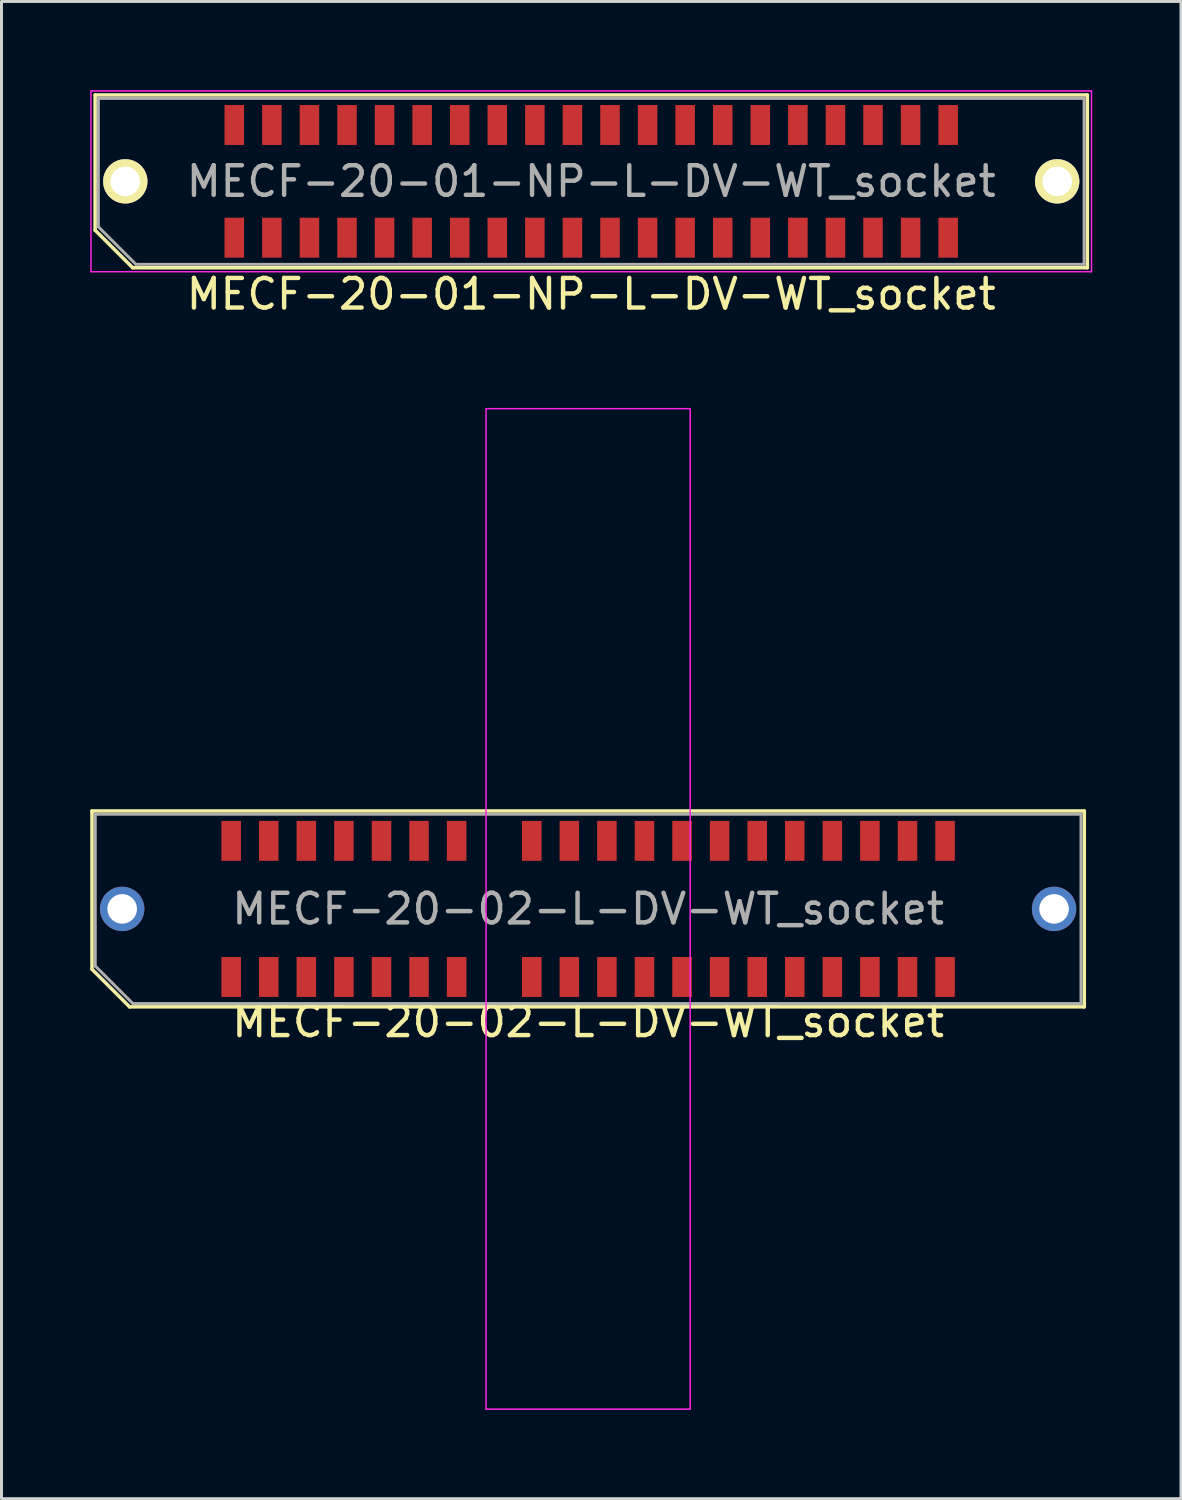
<source format=kicad_pcb>
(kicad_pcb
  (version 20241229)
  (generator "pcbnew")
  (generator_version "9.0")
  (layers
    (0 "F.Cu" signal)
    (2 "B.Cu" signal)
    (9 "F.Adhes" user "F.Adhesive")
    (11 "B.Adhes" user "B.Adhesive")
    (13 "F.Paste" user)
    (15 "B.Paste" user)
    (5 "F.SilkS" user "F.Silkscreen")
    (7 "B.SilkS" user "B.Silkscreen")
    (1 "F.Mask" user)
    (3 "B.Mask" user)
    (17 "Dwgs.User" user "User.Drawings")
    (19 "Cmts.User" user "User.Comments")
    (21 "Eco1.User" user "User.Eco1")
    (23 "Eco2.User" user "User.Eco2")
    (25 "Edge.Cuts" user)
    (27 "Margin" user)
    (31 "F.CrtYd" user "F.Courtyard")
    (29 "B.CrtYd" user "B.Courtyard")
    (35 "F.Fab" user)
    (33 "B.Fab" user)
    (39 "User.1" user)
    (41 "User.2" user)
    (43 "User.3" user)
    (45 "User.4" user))
  (footprint "MECF-20-02-L-DV-WT_socket"
    (layer "F.Cu")
    (at 16.83 27.673)
    (property "Reference" "MECF-20-02-L-DV-WT_socket" (at 0 3.81 0) (layer "F.SilkS") (effects (font (size 1 1) (thickness 0.15))))
    (attr smd)
    (fp_line (start -16.77 -3.31) (end 16.77 -3.31) (stroke (width 0.12) (type solid)) (layer "F.SilkS"))
    (fp_line (start -16.77 2.04) (end -16.77 -3.31) (stroke (width 0.12) (type solid)) (layer "F.SilkS"))
    (fp_line (start -15.5 3.31) (end -16.77 2.04) (stroke (width 0.12) (type solid)) (layer "F.SilkS"))
    (fp_line (start -15.5 3.31) (end 16.77 3.31) (stroke (width 0.12) (type solid)) (layer "F.SilkS"))
    (fp_line (start 16.77 3.31) (end 16.77 -3.31) (stroke (width 0.12) (type solid)) (layer "F.SilkS"))
    (fp_line (start -3.45 -16.91) (end -3.45 16.91) (stroke (width 0.05) (type solid)) (layer "F.CrtYd"))
    (fp_line (start -3.45 16.91) (end 3.45 16.91) (stroke (width 0.05) (type solid)) (layer "F.CrtYd"))
    (fp_line (start 3.45 -16.91) (end -3.45 -16.91) (stroke (width 0.05) (type solid)) (layer "F.CrtYd"))
    (fp_line (start 3.45 16.91) (end 3.45 -16.91) (stroke (width 0.05) (type solid)) (layer "F.CrtYd"))
    (fp_line (start -16.66 -3.2) (end 16.66 -3.2) (stroke (width 0.1) (type solid)) (layer "F.Fab"))
    (fp_line (start -16.66 1.93) (end -16.66 -3.2) (stroke (width 0.1) (type solid)) (layer "F.Fab"))
    (fp_line (start -16.66 1.93) (end -15.39 3.2) (stroke (width 0.1) (type solid)) (layer "F.Fab"))
    (fp_line (start -15.39 3.2) (end 16.66 3.2) (stroke (width 0.1) (type solid)) (layer "F.Fab"))
    (fp_line (start 16.66 3.2) (end 16.66 -3.2) (stroke (width 0.1) (type solid)) (layer "F.Fab"))
    (fp_text user "${REFERENCE}" (at 0 0 0) (layer "F.Fab") (effects (font (size 1 1) (thickness 0.15))))
    (pad "" np_thru_hole circle (at -13.845 0) (size 0.001 0.001) (drill 1.45) (layers "*.Cu" "*.Mask"))
    (pad "" np_thru_hole circle (at 13.845 1) (size 0.001 0.001) (drill 1.45) (layers "*.Cu" "*.Mask"))
    (pad "1" smd rect (at -12.065 2.3) (size 0.66 1.35) (layers "F.Cu" "F.Mask" "F.Paste"))
    (pad "2" smd rect (at -12.065 -2.3) (size 0.66 1.35) (layers "F.Cu" "F.Mask" "F.Paste"))
    (pad "3" smd rect (at -10.795 2.3) (size 0.66 1.35) (layers "F.Cu" "F.Mask" "F.Paste"))
    (pad "4" smd rect (at -10.795 -2.3) (size 0.66 1.35) (layers "F.Cu" "F.Mask" "F.Paste"))
    (pad "5" smd rect (at -9.525 2.3) (size 0.66 1.35) (layers "F.Cu" "F.Mask" "F.Paste"))
    (pad "6" smd rect (at -9.525 -2.3) (size 0.66 1.35) (layers "F.Cu" "F.Mask" "F.Paste"))
    (pad "7" smd rect (at -8.255 2.3) (size 0.66 1.35) (layers "F.Cu" "F.Mask" "F.Paste"))
    (pad "8" smd rect (at -8.255 -2.3) (size 0.66 1.35) (layers "F.Cu" "F.Mask" "F.Paste"))
    (pad "9" smd rect (at -6.985 2.3) (size 0.66 1.35) (layers "F.Cu" "F.Mask" "F.Paste"))
    (pad "10" smd rect (at -6.985 -2.3) (size 0.66 1.35) (layers "F.Cu" "F.Mask" "F.Paste"))
    (pad "11" smd rect (at -5.715 2.3) (size 0.66 1.35) (layers "F.Cu" "F.Mask" "F.Paste"))
    (pad "12" smd rect (at -5.715 -2.3) (size 0.66 1.35) (layers "F.Cu" "F.Mask" "F.Paste"))
    (pad "13" smd rect (at -4.445 2.3) (size 0.66 1.35) (layers "F.Cu" "F.Mask" "F.Paste"))
    (pad "14" smd rect (at -4.445 -2.3) (size 0.66 1.35) (layers "F.Cu" "F.Mask" "F.Paste"))
    (pad "17" smd rect (at -1.905 2.3) (size 0.66 1.35) (layers "F.Cu" "F.Mask" "F.Paste"))
    (pad "18" smd rect (at -1.905 -2.3) (size 0.66 1.35) (layers "F.Cu" "F.Mask" "F.Paste"))
    (pad "19" smd rect (at -0.635 2.3) (size 0.66 1.35) (layers "F.Cu" "F.Mask" "F.Paste"))
    (pad "20" smd rect (at -0.635 -2.3) (size 0.66 1.35) (layers "F.Cu" "F.Mask" "F.Paste"))
    (pad "21" smd rect (at 0.635 2.3) (size 0.66 1.35) (layers "F.Cu" "F.Mask" "F.Paste"))
    (pad "22" smd rect (at 0.635 -2.3) (size 0.66 1.35) (layers "F.Cu" "F.Mask" "F.Paste"))
    (pad "23" smd rect (at 1.905 2.3) (size 0.66 1.35) (layers "F.Cu" "F.Mask" "F.Paste"))
    (pad "24" smd rect (at 1.905 -2.3) (size 0.66 1.35) (layers "F.Cu" "F.Mask" "F.Paste"))
    (pad "25" smd rect (at 3.175 2.3) (size 0.66 1.35) (layers "F.Cu" "F.Mask" "F.Paste"))
    (pad "26" smd rect (at 3.175 -2.3) (size 0.66 1.35) (layers "F.Cu" "F.Mask" "F.Paste"))
    (pad "27" smd rect (at 4.445 2.3) (size 0.66 1.35) (layers "F.Cu" "F.Mask" "F.Paste"))
    (pad "28" smd rect (at 4.445 -2.3) (size 0.66 1.35) (layers "F.Cu" "F.Mask" "F.Paste"))
    (pad "29" smd rect (at 5.715 2.3) (size 0.66 1.35) (layers "F.Cu" "F.Mask" "F.Paste"))
    (pad "30" smd rect (at 5.715 -2.3) (size 0.66 1.35) (layers "F.Cu" "F.Mask" "F.Paste"))
    (pad "31" smd rect (at 6.985 2.3) (size 0.66 1.35) (layers "F.Cu" "F.Mask" "F.Paste"))
    (pad "32" smd rect (at 6.985 -2.3) (size 0.66 1.35) (layers "F.Cu" "F.Mask" "F.Paste"))
    (pad "33" smd rect (at 8.255 2.3) (size 0.66 1.35) (layers "F.Cu" "F.Mask" "F.Paste"))
    (pad "34" smd rect (at 8.255 -2.3) (size 0.66 1.35) (layers "F.Cu" "F.Mask" "F.Paste"))
    (pad "35" smd rect (at 9.525 2.3) (size 0.66 1.35) (layers "F.Cu" "F.Mask" "F.Paste"))
    (pad "36" smd rect (at 9.525 -2.3) (size 0.66 1.35) (layers "F.Cu" "F.Mask" "F.Paste"))
    (pad "37" smd rect (at 10.795 2.3) (size 0.66 1.35) (layers "F.Cu" "F.Mask" "F.Paste"))
    (pad "38" smd rect (at 10.795 -2.3) (size 0.66 1.35) (layers "F.Cu" "F.Mask" "F.Paste"))
    (pad "39" smd rect (at 12.065 2.3) (size 0.66 1.35) (layers "F.Cu" "F.Mask" "F.Paste"))
    (pad "40" smd rect (at 12.065 -2.3) (size 0.66 1.35) (layers "F.Cu" "F.Mask" "F.Paste"))
    (pad "None" thru_hole circle (at -15.75 0) (size 1.5 1.5) (drill 1) (layers "*.Cu" "*.Mask"))
    (pad "None" thru_hole circle (at 15.75 0) (size 1.5 1.5) (drill 1) (layers "*.Cu" "*.Mask")))
  (footprint "MECF-20-01-NP-L-DV-WT_socket"
    (layer "F.Cu")
    (at 16.935 3.08)
    (property "Reference" "MECF-20-01-NP-L-DV-WT_socket" (at 0 3.81 0) (layer "F.SilkS") (effects (font (size 1 1) (thickness 0.15))))
    (attr smd)
    (fp_line (start -16.77 -2.92) (end 16.77 -2.92) (stroke (width 0.12) (type solid)) (layer "F.SilkS"))
    (fp_line (start -16.77 1.65) (end -16.77 -2.92) (stroke (width 0.12) (type solid)) (layer "F.SilkS"))
    (fp_line (start -15.5 2.92) (end -16.77 1.65) (stroke (width 0.12) (type solid)) (layer "F.SilkS"))
    (fp_line (start -15.5 2.92) (end 16.77 2.92) (stroke (width 0.12) (type solid)) (layer "F.SilkS"))
    (fp_line (start 16.77 2.92) (end 16.77 -2.92) (stroke (width 0.12) (type solid)) (layer "F.SilkS"))
    (fp_line (start -16.91 -3.055) (end -16.91 3.055) (stroke (width 0.05) (type solid)) (layer "F.CrtYd"))
    (fp_line (start -16.91 3.055) (end 16.91 3.055) (stroke (width 0.05) (type solid)) (layer "F.CrtYd"))
    (fp_line (start 16.91 -3.055) (end -16.91 -3.055) (stroke (width 0.05) (type solid)) (layer "F.CrtYd"))
    (fp_line (start 16.91 3.055) (end 16.91 -3.055) (stroke (width 0.05) (type solid)) (layer "F.CrtYd"))
    (fp_line (start -16.66 -2.805) (end 16.66 -2.805) (stroke (width 0.1) (type solid)) (layer "F.Fab"))
    (fp_line (start -16.66 1.535) (end -16.66 -2.805) (stroke (width 0.1) (type solid)) (layer "F.Fab"))
    (fp_line (start -16.66 1.535) (end -15.39 2.805) (stroke (width 0.1) (type solid)) (layer "F.Fab"))
    (fp_line (start -15.39 2.805) (end 16.66 2.805) (stroke (width 0.1) (type solid)) (layer "F.Fab"))
    (fp_line (start 16.66 2.805) (end 16.66 -2.805) (stroke (width 0.1) (type solid)) (layer "F.Fab"))
    (fp_text user "${REFERENCE}" (at 0 0 0) (layer "F.Fab") (effects (font (size 1 1) (thickness 0.15))))
    (pad "" np_thru_hole circle (at -13.845 0) (size 0.001 0.001) (drill 1.45) (layers "*.Cu" "*.Mask" "F.SilkS"))
    (pad "" np_thru_hole circle (at 13.845 1) (size 0.001 0.001) (drill 1.45) (layers "*.Cu" "*.Mask" "F.SilkS"))
    (pad "1" smd rect (at -12.065 1.905) (size 0.66 1.35) (layers "F.Cu" "F.Mask" "F.Paste"))
    (pad "2" smd rect (at -12.065 -1.905) (size 0.66 1.35) (layers "F.Cu" "F.Mask" "F.Paste"))
    (pad "3" smd rect (at -10.795 1.905) (size 0.66 1.35) (layers "F.Cu" "F.Mask" "F.Paste"))
    (pad "4" smd rect (at -10.795 -1.905) (size 0.66 1.35) (layers "F.Cu" "F.Mask" "F.Paste"))
    (pad "5" smd rect (at -9.525 1.905) (size 0.66 1.35) (layers "F.Cu" "F.Mask" "F.Paste"))
    (pad "6" smd rect (at -9.525 -1.905) (size 0.66 1.35) (layers "F.Cu" "F.Mask" "F.Paste"))
    (pad "7" smd rect (at -8.255 1.905) (size 0.66 1.35) (layers "F.Cu" "F.Mask" "F.Paste"))
    (pad "8" smd rect (at -8.255 -1.905) (size 0.66 1.35) (layers "F.Cu" "F.Mask" "F.Paste"))
    (pad "9" smd rect (at -6.985 1.905) (size 0.66 1.35) (layers "F.Cu" "F.Mask" "F.Paste"))
    (pad "10" smd rect (at -6.985 -1.905) (size 0.66 1.35) (layers "F.Cu" "F.Mask" "F.Paste"))
    (pad "11" smd rect (at -5.715 1.905) (size 0.66 1.35) (layers "F.Cu" "F.Mask" "F.Paste"))
    (pad "12" smd rect (at -5.715 -1.905) (size 0.66 1.35) (layers "F.Cu" "F.Mask" "F.Paste"))
    (pad "13" smd rect (at -4.445 1.905) (size 0.66 1.35) (layers "F.Cu" "F.Mask" "F.Paste"))
    (pad "14" smd rect (at -4.445 -1.905) (size 0.66 1.35) (layers "F.Cu" "F.Mask" "F.Paste"))
    (pad "15" smd rect (at -3.175 1.905) (size 0.66 1.35) (layers "F.Cu" "F.Mask" "F.Paste"))
    (pad "16" smd rect (at -3.175 -1.905) (size 0.66 1.35) (layers "F.Cu" "F.Mask" "F.Paste"))
    (pad "17" smd rect (at -1.905 1.905) (size 0.66 1.35) (layers "F.Cu" "F.Mask" "F.Paste"))
    (pad "18" smd rect (at -1.905 -1.905) (size 0.66 1.35) (layers "F.Cu" "F.Mask" "F.Paste"))
    (pad "19" smd rect (at -0.635 1.905) (size 0.66 1.35) (layers "F.Cu" "F.Mask" "F.Paste"))
    (pad "20" smd rect (at -0.635 -1.905) (size 0.66 1.35) (layers "F.Cu" "F.Mask" "F.Paste"))
    (pad "21" smd rect (at 0.635 1.905) (size 0.66 1.35) (layers "F.Cu" "F.Mask" "F.Paste"))
    (pad "22" smd rect (at 0.635 -1.905) (size 0.66 1.35) (layers "F.Cu" "F.Mask" "F.Paste"))
    (pad "23" smd rect (at 1.905 1.905) (size 0.66 1.35) (layers "F.Cu" "F.Mask" "F.Paste"))
    (pad "24" smd rect (at 1.905 -1.905) (size 0.66 1.35) (layers "F.Cu" "F.Mask" "F.Paste"))
    (pad "25" smd rect (at 3.175 1.905) (size 0.66 1.35) (layers "F.Cu" "F.Mask" "F.Paste"))
    (pad "26" smd rect (at 3.175 -1.905) (size 0.66 1.35) (layers "F.Cu" "F.Mask" "F.Paste"))
    (pad "27" smd rect (at 4.445 1.905) (size 0.66 1.35) (layers "F.Cu" "F.Mask" "F.Paste"))
    (pad "28" smd rect (at 4.445 -1.905) (size 0.66 1.35) (layers "F.Cu" "F.Mask" "F.Paste"))
    (pad "29" smd rect (at 5.715 1.905) (size 0.66 1.35) (layers "F.Cu" "F.Mask" "F.Paste"))
    (pad "30" smd rect (at 5.715 -1.905) (size 0.66 1.35) (layers "F.Cu" "F.Mask" "F.Paste"))
    (pad "31" smd rect (at 6.985 1.905) (size 0.66 1.35) (layers "F.Cu" "F.Mask" "F.Paste"))
    (pad "32" smd rect (at 6.985 -1.905) (size 0.66 1.35) (layers "F.Cu" "F.Mask" "F.Paste"))
    (pad "33" smd rect (at 8.255 1.905) (size 0.66 1.35) (layers "F.Cu" "F.Mask" "F.Paste"))
    (pad "34" smd rect (at 8.255 -1.905) (size 0.66 1.35) (layers "F.Cu" "F.Mask" "F.Paste"))
    (pad "35" smd rect (at 9.525 1.905) (size 0.66 1.35) (layers "F.Cu" "F.Mask" "F.Paste"))
    (pad "36" smd rect (at 9.525 -1.905) (size 0.66 1.35) (layers "F.Cu" "F.Mask" "F.Paste"))
    (pad "37" smd rect (at 10.795 1.905) (size 0.66 1.35) (layers "F.Cu" "F.Mask" "F.Paste"))
    (pad "38" smd rect (at 10.795 -1.905) (size 0.66 1.35) (layers "F.Cu" "F.Mask" "F.Paste"))
    (pad "39" smd rect (at 12.065 1.905) (size 0.66 1.35) (layers "F.Cu" "F.Mask" "F.Paste"))
    (pad "40" smd rect (at 12.065 -1.905) (size 0.66 1.35) (layers "F.Cu" "F.Mask" "F.Paste"))
    (pad "None" thru_hole circle (at -15.75 0) (size 1.5 1.5) (drill 1) (layers "*.Cu" "*.Mask" "F.SilkS"))
    (pad "None" thru_hole circle (at 15.75 0) (size 1.5 1.5) (drill 1) (layers "*.Cu" "*.Mask" "F.SilkS")))
  (gr_rect
    (start -3 -3)
    (end 36.87 47.608)
    (stroke (width 0.1) (type default))
    (fill no)
    (layer "Edge.Cuts")))
</source>
